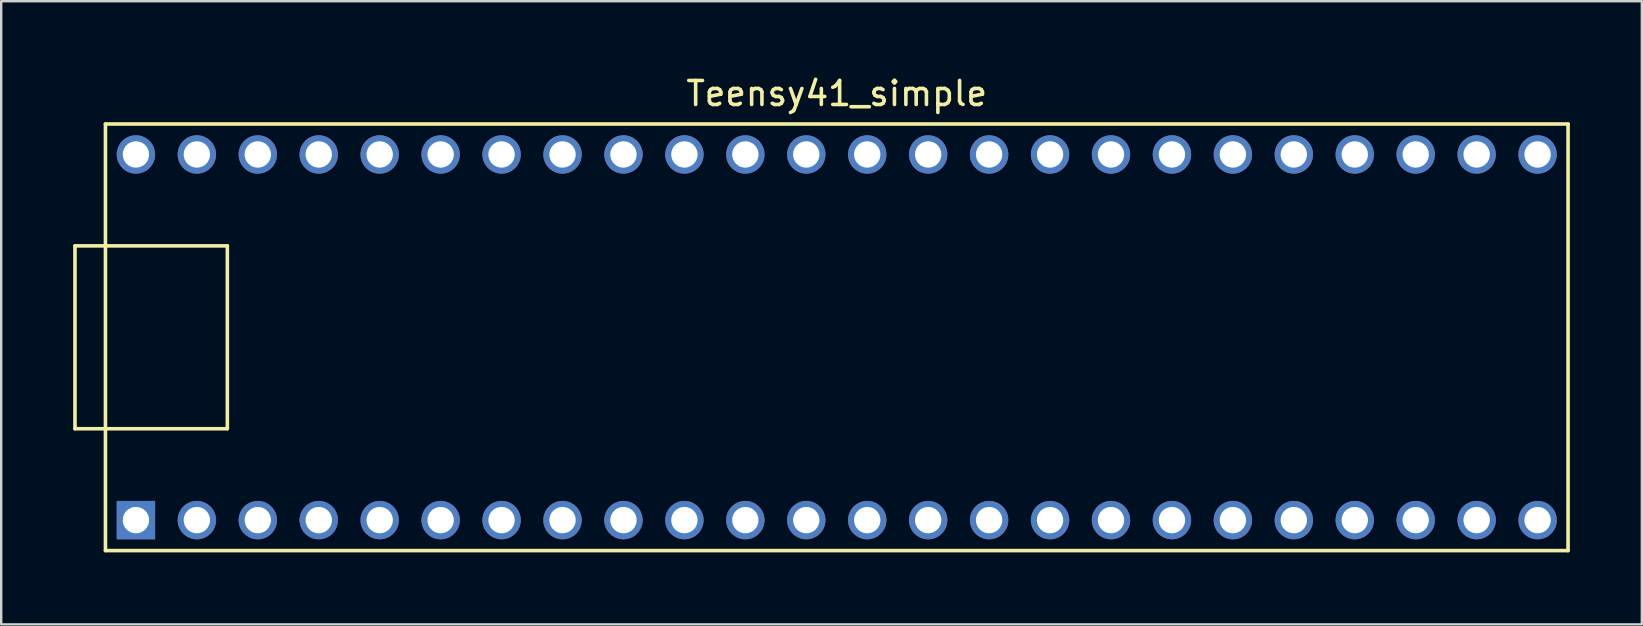
<source format=kicad_pcb>
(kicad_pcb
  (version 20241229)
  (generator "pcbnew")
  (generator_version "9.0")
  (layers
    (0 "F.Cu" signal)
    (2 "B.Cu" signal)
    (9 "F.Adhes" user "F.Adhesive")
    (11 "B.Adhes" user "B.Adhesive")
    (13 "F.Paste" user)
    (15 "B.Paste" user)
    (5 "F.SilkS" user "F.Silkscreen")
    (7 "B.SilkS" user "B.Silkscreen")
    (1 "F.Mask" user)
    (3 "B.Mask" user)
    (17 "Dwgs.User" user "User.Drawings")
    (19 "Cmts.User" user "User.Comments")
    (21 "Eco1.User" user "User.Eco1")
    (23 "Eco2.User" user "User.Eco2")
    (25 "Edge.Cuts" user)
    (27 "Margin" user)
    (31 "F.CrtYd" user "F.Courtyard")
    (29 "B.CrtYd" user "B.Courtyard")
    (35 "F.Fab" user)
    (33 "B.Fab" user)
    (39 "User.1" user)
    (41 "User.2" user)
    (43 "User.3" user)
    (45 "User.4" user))
  (footprint "Teensy41_simple"
    (layer "F.Cu")
    (at 31.825 11.008)
    (property "Reference" "Teensy41_simple" (at 0 -10.16 0) (layer "F.SilkS") (effects (font (size 1 1) (thickness 0.15))))
    (attr through_hole)
    (fp_line (start -31.75 -3.81) (end -30.48 -3.81) (stroke (width 0.15) (type solid)) (layer "F.SilkS"))
    (fp_line (start -31.75 3.81) (end -31.75 -3.81) (stroke (width 0.15) (type solid)) (layer "F.SilkS"))
    (fp_line (start -30.48 -8.89) (end 30.48 -8.89) (stroke (width 0.15) (type solid)) (layer "F.SilkS"))
    (fp_line (start -30.48 3.81) (end -31.75 3.81) (stroke (width 0.15) (type solid)) (layer "F.SilkS"))
    (fp_line (start -30.48 8.89) (end -30.48 -8.89) (stroke (width 0.15) (type solid)) (layer "F.SilkS"))
    (fp_line (start -25.4 -3.81) (end -30.48 -3.81) (stroke (width 0.15) (type solid)) (layer "F.SilkS"))
    (fp_line (start -25.4 3.81) (end -30.48 3.81) (stroke (width 0.15) (type solid)) (layer "F.SilkS"))
    (fp_line (start -25.4 3.81) (end -25.4 -3.81) (stroke (width 0.15) (type solid)) (layer "F.SilkS"))
    (fp_line (start 30.48 -8.89) (end 30.48 8.89) (stroke (width 0.15) (type solid)) (layer "F.SilkS"))
    (fp_line (start 30.48 8.89) (end -30.48 8.89) (stroke (width 0.15) (type solid)) (layer "F.SilkS"))
    (pad "1" thru_hole rect (at -29.21 7.62) (size 1.6 1.6) (drill 1.1) (layers "*.Cu" "*.Mask"))
    (pad "2" thru_hole circle (at -26.67 7.62) (size 1.6 1.6) (drill 1.1) (layers "*.Cu" "*.Mask"))
    (pad "3" thru_hole circle (at -24.13 7.62) (size 1.6 1.6) (drill 1.1) (layers "*.Cu" "*.Mask"))
    (pad "4" thru_hole circle (at -21.59 7.62) (size 1.6 1.6) (drill 1.1) (layers "*.Cu" "*.Mask"))
    (pad "5" thru_hole circle (at -19.05 7.62) (size 1.6 1.6) (drill 1.1) (layers "*.Cu" "*.Mask"))
    (pad "6" thru_hole circle (at -16.51 7.62) (size 1.6 1.6) (drill 1.1) (layers "*.Cu" "*.Mask"))
    (pad "7" thru_hole circle (at -13.97 7.62) (size 1.6 1.6) (drill 1.1) (layers "*.Cu" "*.Mask"))
    (pad "8" thru_hole circle (at -11.43 7.62) (size 1.6 1.6) (drill 1.1) (layers "*.Cu" "*.Mask"))
    (pad "9" thru_hole circle (at -8.89 7.62) (size 1.6 1.6) (drill 1.1) (layers "*.Cu" "*.Mask"))
    (pad "10" thru_hole circle (at -6.35 7.62) (size 1.6 1.6) (drill 1.1) (layers "*.Cu" "*.Mask"))
    (pad "11" thru_hole circle (at -3.81 7.62) (size 1.6 1.6) (drill 1.1) (layers "*.Cu" "*.Mask"))
    (pad "12" thru_hole circle (at -1.27 7.62) (size 1.6 1.6) (drill 1.1) (layers "*.Cu" "*.Mask"))
    (pad "13" thru_hole circle (at 1.27 7.62) (size 1.6 1.6) (drill 1.1) (layers "*.Cu" "*.Mask"))
    (pad "14" thru_hole circle (at 3.81 7.62) (size 1.6 1.6) (drill 1.1) (layers "*.Cu" "*.Mask"))
    (pad "15" thru_hole circle (at 6.35 7.62) (size 1.6 1.6) (drill 1.1) (layers "*.Cu" "*.Mask"))
    (pad "16" thru_hole circle (at 8.89 7.62) (size 1.6 1.6) (drill 1.1) (layers "*.Cu" "*.Mask"))
    (pad "17" thru_hole circle (at 11.43 7.62) (size 1.6 1.6) (drill 1.1) (layers "*.Cu" "*.Mask"))
    (pad "18" thru_hole circle (at 13.97 7.62) (size 1.6 1.6) (drill 1.1) (layers "*.Cu" "*.Mask"))
    (pad "19" thru_hole circle (at 16.51 7.62) (size 1.6 1.6) (drill 1.1) (layers "*.Cu" "*.Mask"))
    (pad "20" thru_hole circle (at 19.05 7.62) (size 1.6 1.6) (drill 1.1) (layers "*.Cu" "*.Mask"))
    (pad "21" thru_hole circle (at 21.59 7.62) (size 1.6 1.6) (drill 1.1) (layers "*.Cu" "*.Mask"))
    (pad "22" thru_hole circle (at 24.13 7.62) (size 1.6 1.6) (drill 1.1) (layers "*.Cu" "*.Mask"))
    (pad "23" thru_hole circle (at 26.67 7.62) (size 1.6 1.6) (drill 1.1) (layers "*.Cu" "*.Mask"))
    (pad "24" thru_hole circle (at 29.21 7.62) (size 1.6 1.6) (drill 1.1) (layers "*.Cu" "*.Mask"))
    (pad "25" thru_hole circle (at 29.21 -7.62) (size 1.6 1.6) (drill 1.1) (layers "*.Cu" "*.Mask"))
    (pad "26" thru_hole circle (at 26.67 -7.62) (size 1.6 1.6) (drill 1.1) (layers "*.Cu" "*.Mask"))
    (pad "27" thru_hole circle (at 24.13 -7.62) (size 1.6 1.6) (drill 1.1) (layers "*.Cu" "*.Mask"))
    (pad "28" thru_hole circle (at 21.59 -7.62) (size 1.6 1.6) (drill 1.1) (layers "*.Cu" "*.Mask"))
    (pad "29" thru_hole circle (at 19.05 -7.62) (size 1.6 1.6) (drill 1.1) (layers "*.Cu" "*.Mask"))
    (pad "30" thru_hole circle (at 16.51 -7.62) (size 1.6 1.6) (drill 1.1) (layers "*.Cu" "*.Mask"))
    (pad "31" thru_hole circle (at 13.97 -7.62) (size 1.6 1.6) (drill 1.1) (layers "*.Cu" "*.Mask"))
    (pad "32" thru_hole circle (at 11.43 -7.62) (size 1.6 1.6) (drill 1.1) (layers "*.Cu" "*.Mask"))
    (pad "33" thru_hole circle (at 8.89 -7.62) (size 1.6 1.6) (drill 1.1) (layers "*.Cu" "*.Mask"))
    (pad "34" thru_hole circle (at 6.35 -7.62) (size 1.6 1.6) (drill 1.1) (layers "*.Cu" "*.Mask"))
    (pad "35" thru_hole circle (at 3.81 -7.62) (size 1.6 1.6) (drill 1.1) (layers "*.Cu" "*.Mask"))
    (pad "36" thru_hole circle (at 1.27 -7.62) (size 1.6 1.6) (drill 1.1) (layers "*.Cu" "*.Mask"))
    (pad "37" thru_hole circle (at -1.27 -7.62) (size 1.6 1.6) (drill 1.1) (layers "*.Cu" "*.Mask"))
    (pad "38" thru_hole circle (at -3.81 -7.62) (size 1.6 1.6) (drill 1.1) (layers "*.Cu" "*.Mask"))
    (pad "39" thru_hole circle (at -6.35 -7.62) (size 1.6 1.6) (drill 1.1) (layers "*.Cu" "*.Mask"))
    (pad "40" thru_hole circle (at -8.89 -7.62) (size 1.6 1.6) (drill 1.1) (layers "*.Cu" "*.Mask"))
    (pad "41" thru_hole circle (at -11.43 -7.62) (size 1.6 1.6) (drill 1.1) (layers "*.Cu" "*.Mask"))
    (pad "42" thru_hole circle (at -13.97 -7.62) (size 1.6 1.6) (drill 1.1) (layers "*.Cu" "*.Mask"))
    (pad "43" thru_hole circle (at -16.51 -7.62) (size 1.6 1.6) (drill 1.1) (layers "*.Cu" "*.Mask"))
    (pad "44" thru_hole circle (at -19.05 -7.62) (size 1.6 1.6) (drill 1.1) (layers "*.Cu" "*.Mask"))
    (pad "45" thru_hole circle (at -21.59 -7.62) (size 1.6 1.6) (drill 1.1) (layers "*.Cu" "*.Mask"))
    (pad "46" thru_hole circle (at -24.13 -7.62) (size 1.6 1.6) (drill 1.1) (layers "*.Cu" "*.Mask"))
    (pad "47" thru_hole circle (at -26.67 -7.62) (size 1.6 1.6) (drill 1.1) (layers "*.Cu" "*.Mask"))
    (pad "48" thru_hole circle (at -29.21 -7.62) (size 1.6 1.6) (drill 1.1) (layers "*.Cu" "*.Mask")))
  (gr_rect
    (start -3 -3)
    (end 65.38 22.973)
    (stroke (width 0.1) (type default))
    (fill no)
    (layer "Edge.Cuts")))
</source>
